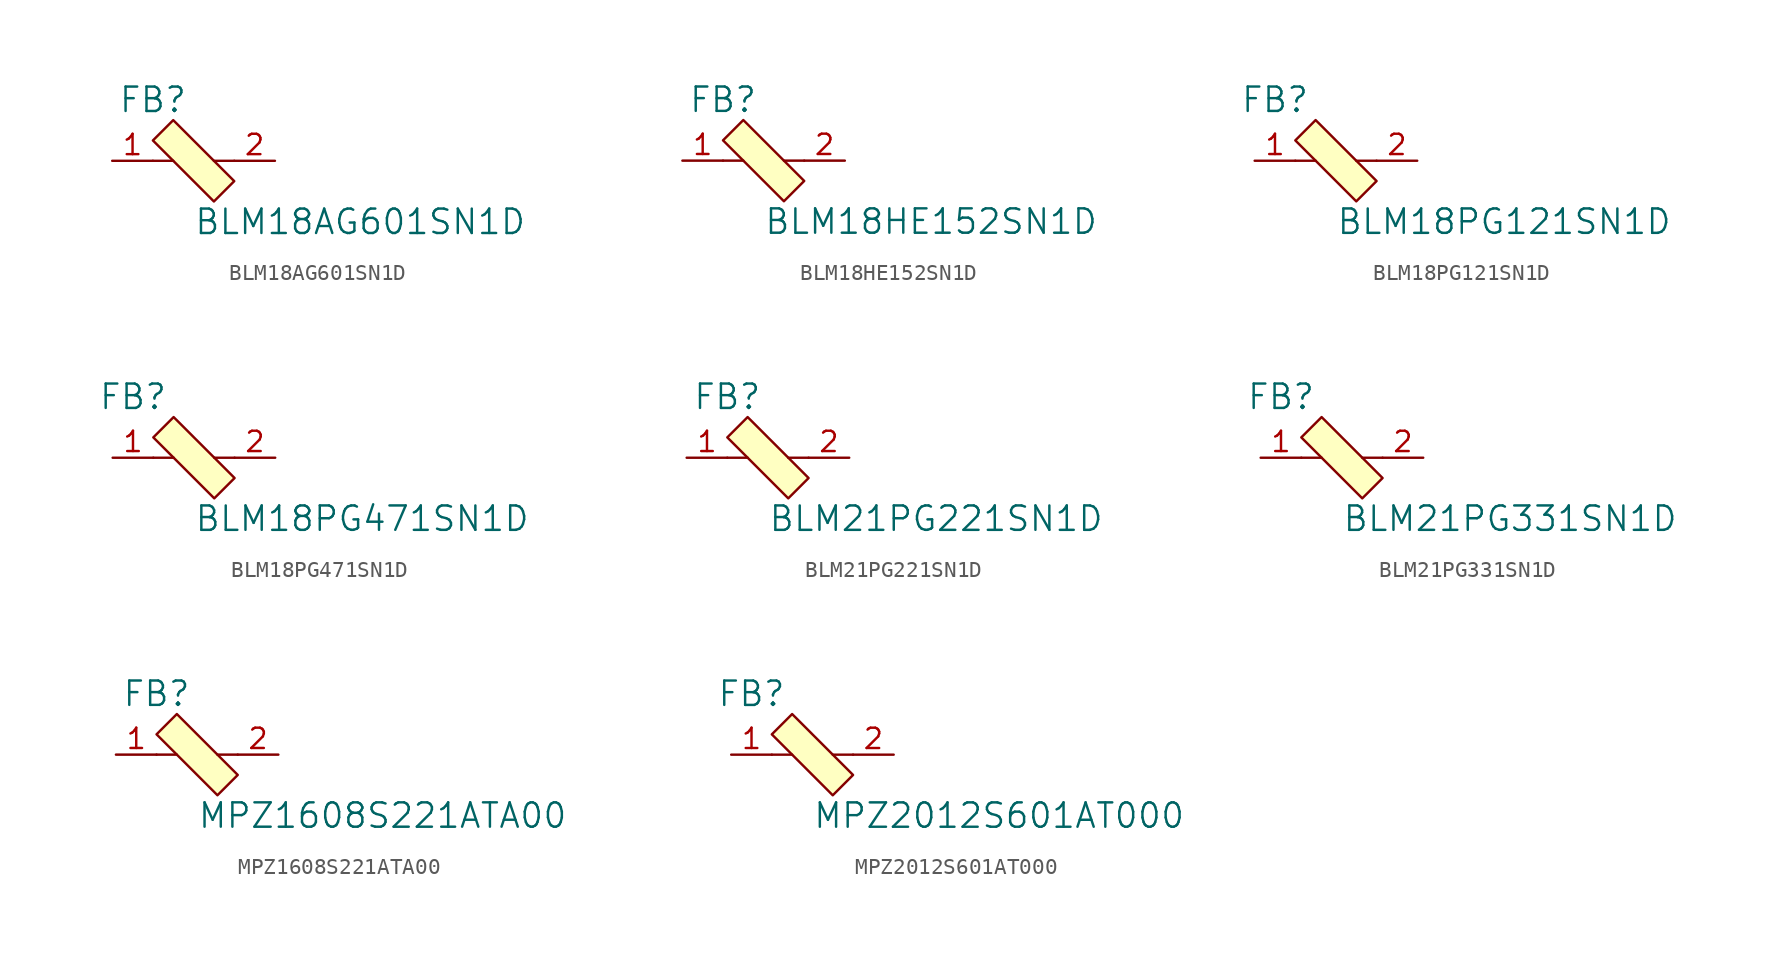
<source format=kicad_sym>
(kicad_symbol_lib
  (version 20201005)
  (generator kicad_symbol_editor)
  (symbol "BLM18AG601SN1D"
    (pin_names
      (offset 1.016))
    (property "Reference" "FB"
      (at -2.54 3.81 0)
      (effects (font (size 1.524 1.524))))
    (property "Value" "BLM18AG601SN1D"
      (at 0 -3.81 0)
      (effects (font (size 1.524 1.524)) (justify left)))
    (symbol "BLM18AG601SN1D_0_1"
      (polyline (pts (xy -1.27 0) (xy -2.54 0)) (stroke (width 0)) (fill (type none)))
      (polyline (pts (xy 1.27 0) (xy 2.54 0)) (stroke (width 0)) (fill (type none)))
      (polyline (pts (xy -1.27 2.54) (xy -2.54 1.27) (xy 1.27 -2.54) (xy 2.54 -1.27) (xy -1.27 2.54)) (stroke (width 0)) (fill (type background))))
    (symbol "BLM18AG601SN1D_1_1"
      (pin passive line (at -5.08 0 0) (length 2.54) (name "~" (effects (font (size 1.27 1.27)))) (number "1" (effects (font (size 1.27 1.27)))))
      (pin passive line (at 5.08 0 180) (length 2.54) (name "~" (effects (font (size 1.27 1.27)))) (number "2" (effects (font (size 1.27 1.27)))))))
  (symbol "BLM18HE152SN1D"
    (pin_names
      (offset 1.016))
    (property "Reference" "FB"
      (at -2.54 3.81 0)
      (effects (font (size 1.524 1.524))))
    (property "Value" "BLM18HE152SN1D"
      (at 0 -3.81 0)
      (effects (font (size 1.524 1.524)) (justify left)))
    (symbol "BLM18HE152SN1D_0_1"
      (polyline (pts (xy -1.27 0) (xy -2.54 0)) (stroke (width 0)) (fill (type none)))
      (polyline (pts (xy 1.27 0) (xy 2.54 0)) (stroke (width 0)) (fill (type none)))
      (polyline (pts (xy -1.27 2.54) (xy -2.54 1.27) (xy 1.27 -2.54) (xy 2.54 -1.27) (xy -1.27 2.54)) (stroke (width 0)) (fill (type background))))
    (symbol "BLM18HE152SN1D_1_1"
      (pin passive line (at -5.08 0 0) (length 2.54) (name "~" (effects (font (size 1.27 1.27)))) (number "1" (effects (font (size 1.27 1.27)))))
      (pin passive line (at 5.08 0 180) (length 2.54) (name "~" (effects (font (size 1.27 1.27)))) (number "2" (effects (font (size 1.27 1.27)))))))
  (symbol "BLM18PG121SN1D"
    (pin_names
      (offset 1.016))
    (property "Reference" "FB"
      (at -3.81 3.81 0)
      (effects (font (size 1.524 1.524))))
    (property "Value" "BLM18PG121SN1D"
      (at 0 -3.81 0)
      (effects (font (size 1.524 1.524)) (justify left)))
    (symbol "BLM18PG121SN1D_0_1"
      (polyline (pts (xy -1.27 0) (xy -2.54 0)) (stroke (width 0)) (fill (type none)))
      (polyline (pts (xy 1.27 0) (xy 2.54 0)) (stroke (width 0)) (fill (type none)))
      (polyline (pts (xy -1.27 2.54) (xy -2.54 1.27) (xy 1.27 -2.54) (xy 2.54 -1.27) (xy -1.27 2.54)) (stroke (width 0)) (fill (type background))))
    (symbol "BLM18PG121SN1D_1_1"
      (pin passive line (at -5.08 0 0) (length 2.54) (name "~" (effects (font (size 1.27 1.27)))) (number "1" (effects (font (size 1.27 1.27)))))
      (pin passive line (at 5.08 0 180) (length 2.54) (name "~" (effects (font (size 1.27 1.27)))) (number "2" (effects (font (size 1.27 1.27)))))))
  (symbol "BLM18PG471SN1D"
    (pin_names
      (offset 1.016))
    (property "Reference" "FB"
      (at -3.81 3.81 0)
      (effects (font (size 1.524 1.524))))
    (property "Value" "BLM18PG471SN1D"
      (at 0 -3.81 0)
      (effects (font (size 1.524 1.524)) (justify left)))
    (symbol "BLM18PG471SN1D_0_1"
      (polyline (pts (xy -1.27 0) (xy -2.54 0)) (stroke (width 0)) (fill (type none)))
      (polyline (pts (xy 1.27 0) (xy 2.54 0)) (stroke (width 0)) (fill (type none)))
      (polyline (pts (xy -1.27 2.54) (xy -2.54 1.27) (xy 1.27 -2.54) (xy 2.54 -1.27) (xy -1.27 2.54)) (stroke (width 0)) (fill (type background))))
    (symbol "BLM18PG471SN1D_1_1"
      (pin passive line (at -5.08 0 0) (length 2.54) (name "~" (effects (font (size 1.27 1.27)))) (number "1" (effects (font (size 1.27 1.27)))))
      (pin passive line (at 5.08 0 180) (length 2.54) (name "~" (effects (font (size 1.27 1.27)))) (number "2" (effects (font (size 1.27 1.27)))))))
  (symbol "BLM21PG221SN1D"
    (pin_names
      (offset 1.016))
    (property "Reference" "FB"
      (at -2.54 3.81 0)
      (effects (font (size 1.524 1.524))))
    (property "Value" "BLM21PG221SN1D"
      (at 0 -3.81 0)
      (effects (font (size 1.524 1.524)) (justify left)))
    (symbol "BLM21PG221SN1D_0_1"
      (polyline (pts (xy -1.27 0) (xy -2.54 0)) (stroke (width 0)) (fill (type none)))
      (polyline (pts (xy 1.27 0) (xy 2.54 0)) (stroke (width 0)) (fill (type none)))
      (polyline (pts (xy -1.27 2.54) (xy -2.54 1.27) (xy 1.27 -2.54) (xy 2.54 -1.27) (xy -1.27 2.54)) (stroke (width 0)) (fill (type background))))
    (symbol "BLM21PG221SN1D_1_1"
      (pin passive line (at -5.08 0 0) (length 2.54) (name "~" (effects (font (size 1.27 1.27)))) (number "1" (effects (font (size 1.27 1.27)))))
      (pin passive line (at 5.08 0 180) (length 2.54) (name "~" (effects (font (size 1.27 1.27)))) (number "2" (effects (font (size 1.27 1.27)))))))
  (symbol "BLM21PG331SN1D"
    (pin_names
      (offset 1.016))
    (property "Reference" "FB"
      (at -3.81 3.81 0)
      (effects (font (size 1.524 1.524))))
    (property "Value" "BLM21PG331SN1D"
      (at 0 -3.81 0)
      (effects (font (size 1.524 1.524)) (justify left)))
    (symbol "BLM21PG331SN1D_0_1"
      (polyline (pts (xy -1.27 0) (xy -2.54 0)) (stroke (width 0)) (fill (type none)))
      (polyline (pts (xy 1.27 0) (xy 2.54 0)) (stroke (width 0)) (fill (type none)))
      (polyline (pts (xy -1.27 2.54) (xy -2.54 1.27) (xy 1.27 -2.54) (xy 2.54 -1.27) (xy -1.27 2.54)) (stroke (width 0)) (fill (type background))))
    (symbol "BLM21PG331SN1D_1_1"
      (pin passive line (at -5.08 0 0) (length 2.54) (name "~" (effects (font (size 1.27 1.27)))) (number "1" (effects (font (size 1.27 1.27)))))
      (pin passive line (at 5.08 0 180) (length 2.54) (name "~" (effects (font (size 1.27 1.27)))) (number "2" (effects (font (size 1.27 1.27)))))))
  (symbol "MPZ1608S221ATA00"
    (pin_names
      (offset 1.016))
    (property "Reference" "FB"
      (at -2.54 3.81 0)
      (effects (font (size 1.524 1.524))))
    (property "Value" "MPZ1608S221ATA00"
      (at 0 -3.81 0)
      (effects (font (size 1.524 1.524)) (justify left)))
    (symbol "MPZ1608S221ATA00_0_1"
      (polyline (pts (xy -1.27 0) (xy -2.54 0)) (stroke (width 0)) (fill (type none)))
      (polyline (pts (xy 1.27 0) (xy 2.54 0)) (stroke (width 0)) (fill (type none)))
      (polyline (pts (xy -1.27 2.54) (xy -2.54 1.27) (xy 1.27 -2.54) (xy 2.54 -1.27) (xy -1.27 2.54)) (stroke (width 0)) (fill (type background))))
    (symbol "MPZ1608S221ATA00_1_1"
      (pin passive line (at -5.08 0 0) (length 2.54) (name "~" (effects (font (size 1.27 1.27)))) (number "1" (effects (font (size 1.27 1.27)))))
      (pin passive line (at 5.08 0 180) (length 2.54) (name "~" (effects (font (size 1.27 1.27)))) (number "2" (effects (font (size 1.27 1.27)))))))
  (symbol "MPZ2012S601AT000"
    (pin_names
      (offset 1.016))
    (property "Reference" "FB"
      (at -3.81 3.81 0)
      (effects (font (size 1.524 1.524))))
    (property "Value" "MPZ2012S601AT000"
      (at 0 -3.81 0)
      (effects (font (size 1.524 1.524)) (justify left)))
    (symbol "MPZ2012S601AT000_0_1"
      (polyline (pts (xy -1.27 0) (xy -2.54 0)) (stroke (width 0)) (fill (type none)))
      (polyline (pts (xy 1.27 0) (xy 2.54 0)) (stroke (width 0)) (fill (type none)))
      (polyline (pts (xy -1.27 2.54) (xy -2.54 1.27) (xy 1.27 -2.54) (xy 2.54 -1.27) (xy -1.27 2.54)) (stroke (width 0)) (fill (type background))))
    (symbol "MPZ2012S601AT000_1_1"
      (pin passive line (at -5.08 0 0) (length 2.54) (name "~" (effects (font (size 1.27 1.27)))) (number "1" (effects (font (size 1.27 1.27)))))
      (pin passive line (at 5.08 0 180) (length 2.54) (name "~" (effects (font (size 1.27 1.27)))) (number "2" (effects (font (size 1.27 1.27))))))))
</source>
